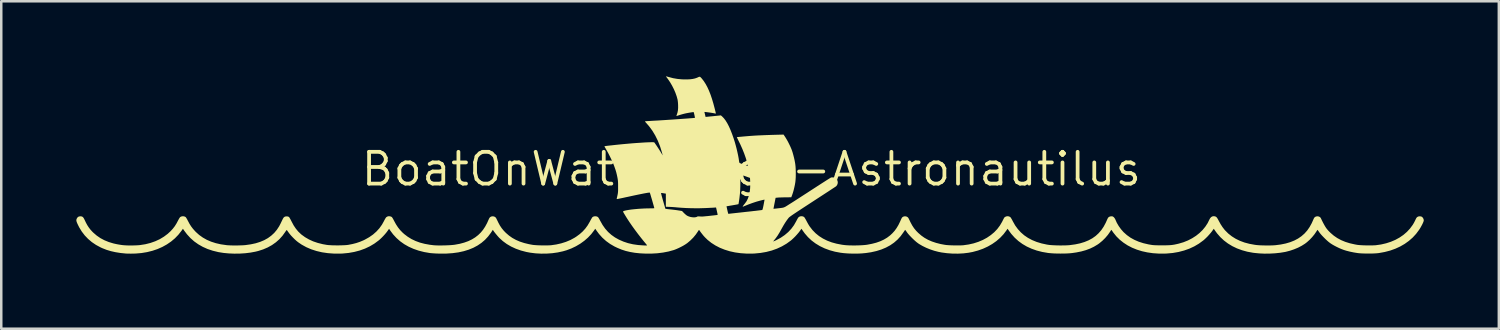
<source format=kicad_pcb>
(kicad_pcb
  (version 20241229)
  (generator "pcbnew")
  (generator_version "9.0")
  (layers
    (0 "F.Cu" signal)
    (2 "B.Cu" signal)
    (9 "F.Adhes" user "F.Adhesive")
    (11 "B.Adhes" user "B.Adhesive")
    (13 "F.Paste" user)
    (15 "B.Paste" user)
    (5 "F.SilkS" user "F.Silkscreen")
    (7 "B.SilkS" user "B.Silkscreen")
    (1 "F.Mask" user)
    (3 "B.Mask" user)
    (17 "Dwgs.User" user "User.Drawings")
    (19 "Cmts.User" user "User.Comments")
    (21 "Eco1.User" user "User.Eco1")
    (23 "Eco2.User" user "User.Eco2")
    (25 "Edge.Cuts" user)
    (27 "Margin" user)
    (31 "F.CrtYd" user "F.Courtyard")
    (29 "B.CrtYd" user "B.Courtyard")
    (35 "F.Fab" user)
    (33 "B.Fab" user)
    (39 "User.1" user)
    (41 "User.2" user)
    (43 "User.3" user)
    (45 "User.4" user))
  (footprint "BoatOnWaterLarge-Astronautilus"
    (layer "F.Cu")
    (at 26.964 3.705)
    (property "Reference" "BoatOnWaterLarge-Astronautilus" (at 0 0 0) (layer "F.SilkS") (effects (font (size 1.27 1.27) (thickness 0.15))))
    (attr board_only exclude_from_pos_files exclude_from_bom)
    (fp_poly (pts (xy -3.384 -3.701) (xy -3.348 -3.692) (xy -3.303 -3.679) (xy -3.13 -3.633) (xy -2.958 -3.603) (xy -2.779 -3.586) (xy -2.706 -3.583) (xy -2.569 -3.582) (xy -2.45 -3.588) (xy -2.346 -3.601) (xy -2.254 -3.621) (xy -2.172 -3.649) (xy -2.133 -3.667) (xy -2.099 -3.682) (xy -2.074 -3.689) (xy -2.053 -3.687) (xy -2.032 -3.672) (xy -2.005 -3.645) (xy -1.975 -3.611) (xy -1.899 -3.513) (xy -1.828 -3.402) (xy -1.76 -3.278) (xy -1.696 -3.139) (xy -1.634 -2.983) (xy -1.575 -2.81) (xy -1.518 -2.619) (xy -1.462 -2.408) (xy -1.445 -2.339) (xy -1.433 -2.289) (xy -1.425 -2.254) (xy -1.422 -2.232) (xy -1.422 -2.22) (xy -1.426 -2.216) (xy -1.432 -2.217) (xy -1.436 -2.218) (xy -1.458 -2.224) (xy -1.495 -2.232) (xy -1.542 -2.24) (xy -1.597 -2.249) (xy -1.655 -2.258) (xy -1.714 -2.266) (xy -1.768 -2.273) (xy -1.815 -2.279) (xy -1.85 -2.282) (xy -1.871 -2.283) (xy -1.875 -2.281) (xy -1.873 -2.271) (xy -1.867 -2.244) (xy -1.858 -2.206) (xy -1.852 -2.182) (xy -1.83 -2.085) (xy -1.749 -2.092) (xy -1.714 -2.096) (xy -1.661 -2.101) (xy -1.598 -2.107) (xy -1.527 -2.114) (xy -1.454 -2.122) (xy -1.443 -2.123) (xy -1.218 -2.146) (xy -1.165 -2.1) (xy -1.098 -2.031) (xy -1.031 -1.943) (xy -0.965 -1.836) (xy -0.899 -1.71) (xy -0.834 -1.564) (xy -0.769 -1.398) (xy -0.703 -1.211) (xy -0.699 -1.197) (xy -0.66 -1.074) (xy -0.623 -0.942) (xy -0.588 -0.807) (xy -0.557 -0.672) (xy -0.529 -0.543) (xy -0.507 -0.424) (xy -0.492 -0.319) (xy -0.491 -0.311) (xy -0.483 -0.269) (xy -0.469 -0.246) (xy -0.466 -0.244) (xy -0.446 -0.234) (xy -0.412 -0.221) (xy -0.369 -0.205) (xy -0.321 -0.188) (xy -0.271 -0.17) (xy -0.224 -0.154) (xy -0.185 -0.141) (xy -0.156 -0.133) (xy -0.142 -0.13) (xy -0.142 -0.13) (xy -0.142 -0.143) (xy -0.147 -0.173) (xy -0.158 -0.217) (xy -0.173 -0.273) (xy -0.191 -0.336) (xy -0.212 -0.405) (xy -0.224 -0.445) (xy -0.286 -0.62) (xy -0.359 -0.803) (xy -0.442 -0.988) (xy -0.489 -1.084) (xy -0.518 -1.142) (xy -0.542 -1.193) (xy -0.562 -1.234) (xy -0.575 -1.263) (xy -0.58 -1.276) (xy -0.58 -1.276) (xy -0.569 -1.278) (xy -0.54 -1.282) (xy -0.495 -1.286) (xy -0.438 -1.291) (xy -0.372 -1.297) (xy -0.3 -1.304) (xy -0.224 -1.31) (xy -0.148 -1.317) (xy -0.074 -1.323) (xy -0.006 -1.328) (xy 0.053 -1.332) (xy 0.079 -1.334) (xy 0.174 -1.34) (xy 0.286 -1.346) (xy 0.412 -1.351) (xy 0.548 -1.357) (xy 0.69 -1.362) (xy 0.836 -1.367) (xy 0.98 -1.371) (xy 1.017 -1.372) (xy 1.287 -1.379) (xy 1.359 -1.27) (xy 1.407 -1.191) (xy 1.459 -1.099) (xy 1.509 -1) (xy 1.557 -0.9) (xy 1.597 -0.807) (xy 1.616 -0.758) (xy 1.646 -0.669) (xy 1.675 -0.565) (xy 1.703 -0.455) (xy 1.728 -0.345) (xy 1.747 -0.242) (xy 1.754 -0.196) (xy 1.764 -0.109) (xy 1.77 -0.008) (xy 1.774 0.102) (xy 1.774 0.214) (xy 1.772 0.324) (xy 1.766 0.425) (xy 1.757 0.513) (xy 1.754 0.535) (xy 1.737 0.634) (xy 1.714 0.738) (xy 1.689 0.842) (xy 1.661 0.939) (xy 1.633 1.022) (xy 1.63 1.031) (xy 1.594 1.125) (xy 1.356 1.128) (xy 1.282 1.129) (xy 1.21 1.131) (xy 1.144 1.133) (xy 1.09 1.135) (xy 1.051 1.138) (xy 1.043 1.139) (xy 0.968 1.147) (xy 0.925 1.365) (xy 0.912 1.43) (xy 0.901 1.487) (xy 0.892 1.534) (xy 0.886 1.567) (xy 0.883 1.584) (xy 0.883 1.585) (xy 0.893 1.585) (xy 0.922 1.582) (xy 0.964 1.578) (xy 1.018 1.572) (xy 1.08 1.565) (xy 1.08 1.565) (xy 1.151 1.557) (xy 1.204 1.55) (xy 1.245 1.544) (xy 1.276 1.537) (xy 1.303 1.528) (xy 1.329 1.517) (xy 1.351 1.507) (xy 1.37 1.496) (xy 1.406 1.474) (xy 1.457 1.442) (xy 1.521 1.401) (xy 1.598 1.353) (xy 1.686 1.297) (xy 1.784 1.234) (xy 1.889 1.166) (xy 2.002 1.093) (xy 2.121 1.016) (xy 2.244 0.937) (xy 2.288 0.908) (xy 2.411 0.828) (xy 2.529 0.752) (xy 2.641 0.679) (xy 2.747 0.611) (xy 2.843 0.549) (xy 2.931 0.493) (xy 3.007 0.444) (xy 3.071 0.404) (xy 3.122 0.372) (xy 3.158 0.35) (xy 3.178 0.338) (xy 3.181 0.336) (xy 3.219 0.33) (xy 3.265 0.331) (xy 3.311 0.338) (xy 3.347 0.351) (xy 3.355 0.356) (xy 3.379 0.378) (xy 3.407 0.407) (xy 3.414 0.416) (xy 3.441 0.465) (xy 3.452 0.521) (xy 3.446 0.579) (xy 3.426 0.634) (xy 3.391 0.68) (xy 3.378 0.691) (xy 3.364 0.701) (xy 3.334 0.721) (xy 3.288 0.751) (xy 3.228 0.79) (xy 3.156 0.838) (xy 3.072 0.893) (xy 2.978 0.954) (xy 2.874 1.022) (xy 2.763 1.094) (xy 2.645 1.171) (xy 2.522 1.251) (xy 2.436 1.307) (xy 2.286 1.405) (xy 2.154 1.491) (xy 2.036 1.568) (xy 1.934 1.635) (xy 1.845 1.693) (xy 1.769 1.744) (xy 1.704 1.787) (xy 1.65 1.824) (xy 1.606 1.854) (xy 1.57 1.88) (xy 1.542 1.901) (xy 1.52 1.918) (xy 1.504 1.932) (xy 1.492 1.944) (xy 1.485 1.952) (xy 1.419 2.039) (xy 1.349 2.142) (xy 1.28 2.255) (xy 1.213 2.374) (xy 1.208 2.383) (xy 1.128 2.526) (xy 1.052 2.65) (xy 0.978 2.755) (xy 0.928 2.817) (xy 0.902 2.849) (xy 0.883 2.874) (xy 0.874 2.888) (xy 0.874 2.89) (xy 0.884 2.887) (xy 0.91 2.877) (xy 0.948 2.86) (xy 0.993 2.839) (xy 1.001 2.835) (xy 1.175 2.741) (xy 1.332 2.634) (xy 1.472 2.515) (xy 1.595 2.384) (xy 1.701 2.24) (xy 1.79 2.084) (xy 1.792 2.08) (xy 1.818 2.03) (xy 1.843 1.984) (xy 1.866 1.947) (xy 1.883 1.925) (xy 1.885 1.923) (xy 1.928 1.895) (xy 1.98 1.882) (xy 2.035 1.884) (xy 2.087 1.902) (xy 2.106 1.914) (xy 2.12 1.93) (xy 2.141 1.962) (xy 2.166 2.004) (xy 2.193 2.053) (xy 2.202 2.071) (xy 2.233 2.129) (xy 2.266 2.189) (xy 2.299 2.244) (xy 2.326 2.286) (xy 2.329 2.29) (xy 2.44 2.434) (xy 2.565 2.562) (xy 2.704 2.675) (xy 2.858 2.773) (xy 3.026 2.857) (xy 3.208 2.926) (xy 3.406 2.98) (xy 3.619 3.021) (xy 3.728 3.035) (xy 3.81 3.042) (xy 3.906 3.047) (xy 4.013 3.049) (xy 4.127 3.05) (xy 4.242 3.048) (xy 4.354 3.044) (xy 4.459 3.038) (xy 4.552 3.03) (xy 4.623 3.021) (xy 4.816 2.984) (xy 4.99 2.939) (xy 5.148 2.883) (xy 5.292 2.816) (xy 5.423 2.738) (xy 5.542 2.648) (xy 5.63 2.566) (xy 5.72 2.467) (xy 5.8 2.357) (xy 5.874 2.234) (xy 5.942 2.094) (xy 5.958 2.057) (xy 5.982 2.003) (xy 6.001 1.964) (xy 6.018 1.938) (xy 6.035 1.92) (xy 6.047 1.911) (xy 6.094 1.89) (xy 6.146 1.885) (xy 6.197 1.895) (xy 6.241 1.918) (xy 6.273 1.954) (xy 6.276 1.96) (xy 6.285 1.978) (xy 6.302 2.012) (xy 6.324 2.056) (xy 6.348 2.107) (xy 6.359 2.129) (xy 6.426 2.253) (xy 6.498 2.362) (xy 6.582 2.464) (xy 6.665 2.548) (xy 6.786 2.653) (xy 6.916 2.745) (xy 7.057 2.824) (xy 7.211 2.891) (xy 7.379 2.947) (xy 7.563 2.994) (xy 7.732 3.025) (xy 7.787 3.032) (xy 7.859 3.038) (xy 7.944 3.043) (xy 8.036 3.046) (xy 8.132 3.048) (xy 8.226 3.049) (xy 8.315 3.048) (xy 8.395 3.046) (xy 8.46 3.042) (xy 8.47 3.041) (xy 8.679 3.011) (xy 8.879 2.966) (xy 9.068 2.905) (xy 9.246 2.83) (xy 9.412 2.74) (xy 9.563 2.637) (xy 9.701 2.522) (xy 9.823 2.394) (xy 9.928 2.254) (xy 10.017 2.103) (xy 10.026 2.084) (xy 10.054 2.028) (xy 10.075 1.987) (xy 10.09 1.959) (xy 10.102 1.94) (xy 10.113 1.927) (xy 10.125 1.917) (xy 10.129 1.914) (xy 10.175 1.891) (xy 10.227 1.882) (xy 10.281 1.888) (xy 10.328 1.907) (xy 10.348 1.922) (xy 10.363 1.942) (xy 10.385 1.976) (xy 10.411 2.021) (xy 10.438 2.072) (xy 10.447 2.09) (xy 10.538 2.251) (xy 10.644 2.396) (xy 10.764 2.527) (xy 10.898 2.644) (xy 11.048 2.746) (xy 11.213 2.834) (xy 11.393 2.908) (xy 11.59 2.968) (xy 11.802 3.014) (xy 11.863 3.024) (xy 11.925 3.032) (xy 12.004 3.038) (xy 12.096 3.043) (xy 12.196 3.047) (xy 12.301 3.049) (xy 12.407 3.049) (xy 12.508 3.048) (xy 12.601 3.045) (xy 12.682 3.04) (xy 12.723 3.036) (xy 12.935 3.007) (xy 13.129 2.966) (xy 13.307 2.912) (xy 13.47 2.845) (xy 13.618 2.765) (xy 13.751 2.671) (xy 13.87 2.562) (xy 13.977 2.439) (xy 14.071 2.301) (xy 14.154 2.147) (xy 14.188 2.071) (xy 14.209 2.023) (xy 14.229 1.981) (xy 14.245 1.95) (xy 14.255 1.935) (xy 14.298 1.903) (xy 14.354 1.887) (xy 14.384 1.885) (xy 14.419 1.888) (xy 14.445 1.897) (xy 14.473 1.918) (xy 14.478 1.922) (xy 14.509 1.959) (xy 14.534 2.001) (xy 14.538 2.01) (xy 14.597 2.143) (xy 14.674 2.275) (xy 14.764 2.4) (xy 14.864 2.514) (xy 14.871 2.521) (xy 15.001 2.637) (xy 15.144 2.739) (xy 15.302 2.826) (xy 15.473 2.9) (xy 15.66 2.96) (xy 15.863 3.007) (xy 15.973 3.026) (xy 16.016 3.032) (xy 16.062 3.037) (xy 16.114 3.04) (xy 16.175 3.043) (xy 16.248 3.044) (xy 16.337 3.045) (xy 16.407 3.045) (xy 16.518 3.045) (xy 16.611 3.043) (xy 16.691 3.04) (xy 16.762 3.035) (xy 16.828 3.027) (xy 16.893 3.017) (xy 16.96 3.003) (xy 17.035 2.986) (xy 17.079 2.975) (xy 17.265 2.92) (xy 17.441 2.849) (xy 17.607 2.763) (xy 17.76 2.665) (xy 17.9 2.554) (xy 18.025 2.432) (xy 18.134 2.299) (xy 18.226 2.158) (xy 18.287 2.034) (xy 18.324 1.965) (xy 18.366 1.917) (xy 18.415 1.889) (xy 18.47 1.881) (xy 18.512 1.886) (xy 18.541 1.895) (xy 18.566 1.909) (xy 18.589 1.93) (xy 18.613 1.963) (xy 18.64 2.009) (xy 18.673 2.071) (xy 18.745 2.202) (xy 18.819 2.316) (xy 18.897 2.417) (xy 18.922 2.446) (xy 19.05 2.574) (xy 19.192 2.686) (xy 19.347 2.783) (xy 19.516 2.865) (xy 19.699 2.933) (xy 19.897 2.985) (xy 20.11 3.024) (xy 20.189 3.034) (xy 20.258 3.04) (xy 20.344 3.045) (xy 20.441 3.048) (xy 20.543 3.05) (xy 20.647 3.05) (xy 20.746 3.049) (xy 20.836 3.046) (xy 20.912 3.041) (xy 20.932 3.04) (xy 21.146 3.012) (xy 21.343 2.972) (xy 21.523 2.919) (xy 21.688 2.853) (xy 21.838 2.774) (xy 21.973 2.681) (xy 22.095 2.574) (xy 22.203 2.453) (xy 22.298 2.316) (xy 22.382 2.164) (xy 22.424 2.071) (xy 22.444 2.025) (xy 22.462 1.985) (xy 22.476 1.956) (xy 22.483 1.945) (xy 22.517 1.911) (xy 22.562 1.892) (xy 22.611 1.885) (xy 22.661 1.892) (xy 22.705 1.912) (xy 22.739 1.944) (xy 22.748 1.96) (xy 22.799 2.066) (xy 22.844 2.155) (xy 22.885 2.23) (xy 22.923 2.295) (xy 22.959 2.351) (xy 22.997 2.401) (xy 23.038 2.449) (xy 23.084 2.497) (xy 23.136 2.548) (xy 23.137 2.549) (xy 23.264 2.658) (xy 23.404 2.754) (xy 23.556 2.836) (xy 23.724 2.906) (xy 23.907 2.963) (xy 24.106 3.008) (xy 24.199 3.025) (xy 24.256 3.032) (xy 24.33 3.038) (xy 24.416 3.043) (xy 24.509 3.046) (xy 24.606 3.048) (xy 24.702 3.049) (xy 24.792 3.048) (xy 24.871 3.045) (xy 24.936 3.041) (xy 24.94 3.041) (xy 25.153 3.011) (xy 25.355 2.964) (xy 25.547 2.902) (xy 25.727 2.825) (xy 25.894 2.733) (xy 26.048 2.627) (xy 26.187 2.507) (xy 26.31 2.374) (xy 26.416 2.23) (xy 26.446 2.181) (xy 26.477 2.126) (xy 26.503 2.075) (xy 26.508 2.066) (xy 26.533 2.013) (xy 26.551 1.976) (xy 26.566 1.95) (xy 26.58 1.932) (xy 26.595 1.918) (xy 26.608 1.909) (xy 26.652 1.89) (xy 26.703 1.885) (xy 26.755 1.893) (xy 26.786 1.907) (xy 26.819 1.938) (xy 26.844 1.981) (xy 26.858 2.028) (xy 26.858 2.063) (xy 26.848 2.097) (xy 26.829 2.145) (xy 26.802 2.202) (xy 26.769 2.265) (xy 26.733 2.33) (xy 26.695 2.392) (xy 26.672 2.427) (xy 26.552 2.588) (xy 26.416 2.735) (xy 26.264 2.868) (xy 26.098 2.987) (xy 25.918 3.091) (xy 25.725 3.18) (xy 25.518 3.254) (xy 25.299 3.311) (xy 25.069 3.353) (xy 25.061 3.354) (xy 24.988 3.362) (xy 24.899 3.368) (xy 24.799 3.372) (xy 24.691 3.373) (xy 24.581 3.373) (xy 24.473 3.371) (xy 24.372 3.367) (xy 24.283 3.361) (xy 24.219 3.354) (xy 24.064 3.329) (xy 23.91 3.297) (xy 23.764 3.26) (xy 23.671 3.231) (xy 23.583 3.198) (xy 23.485 3.157) (xy 23.385 3.109) (xy 23.287 3.058) (xy 23.198 3.007) (xy 23.123 2.958) (xy 23.123 2.958) (xy 23.064 2.913) (xy 22.997 2.855) (xy 22.927 2.79) (xy 22.857 2.72) (xy 22.791 2.651) (xy 22.734 2.586) (xy 22.689 2.528) (xy 22.683 2.519) (xy 22.656 2.481) (xy 22.634 2.451) (xy 22.619 2.431) (xy 22.614 2.426) (xy 22.607 2.435) (xy 22.592 2.457) (xy 22.573 2.487) (xy 22.495 2.602) (xy 22.402 2.716) (xy 22.299 2.825) (xy 22.189 2.923) (xy 22.116 2.979) (xy 21.986 3.061) (xy 21.841 3.137) (xy 21.683 3.203) (xy 21.518 3.259) (xy 21.35 3.303) (xy 21.322 3.309) (xy 21.129 3.341) (xy 20.923 3.363) (xy 20.709 3.375) (xy 20.494 3.377) (xy 20.283 3.367) (xy 20.082 3.347) (xy 20.035 3.341) (xy 19.81 3.299) (xy 19.597 3.24) (xy 19.396 3.166) (xy 19.209 3.076) (xy 19.036 2.971) (xy 18.876 2.85) (xy 18.731 2.715) (xy 18.601 2.566) (xy 18.535 2.476) (xy 18.471 2.383) (xy 18.406 2.475) (xy 18.355 2.541) (xy 18.292 2.614) (xy 18.223 2.69) (xy 18.151 2.761) (xy 18.083 2.824) (xy 18.05 2.851) (xy 17.878 2.977) (xy 17.693 3.086) (xy 17.495 3.178) (xy 17.286 3.252) (xy 17.065 3.31) (xy 16.834 3.35) (xy 16.592 3.372) (xy 16.518 3.375) (xy 16.275 3.375) (xy 16.041 3.359) (xy 15.817 3.327) (xy 15.603 3.28) (xy 15.4 3.217) (xy 15.209 3.14) (xy 15.031 3.048) (xy 14.867 2.941) (xy 14.716 2.821) (xy 14.581 2.688) (xy 14.462 2.541) (xy 14.428 2.492) (xy 14.406 2.46) (xy 14.389 2.437) (xy 14.38 2.426) (xy 14.38 2.426) (xy 14.373 2.434) (xy 14.357 2.456) (xy 14.337 2.488) (xy 14.327 2.504) (xy 14.239 2.629) (xy 14.135 2.751) (xy 14.019 2.865) (xy 13.897 2.966) (xy 13.835 3.01) (xy 13.688 3.098) (xy 13.531 3.174) (xy 13.362 3.237) (xy 13.178 3.289) (xy 12.979 3.329) (xy 12.806 3.354) (xy 12.711 3.363) (xy 12.601 3.37) (xy 12.479 3.373) (xy 12.352 3.374) (xy 12.225 3.373) (xy 12.101 3.369) (xy 11.986 3.362) (xy 11.886 3.353) (xy 11.85 3.349) (xy 11.618 3.309) (xy 11.399 3.253) (xy 11.195 3.181) (xy 11.004 3.094) (xy 10.828 2.991) (xy 10.665 2.872) (xy 10.517 2.738) (xy 10.382 2.587) (xy 10.287 2.459) (xy 10.234 2.382) (xy 10.19 2.447) (xy 10.072 2.602) (xy 9.937 2.745) (xy 9.787 2.875) (xy 9.622 2.991) (xy 9.444 3.093) (xy 9.253 3.181) (xy 9.05 3.253) (xy 8.838 3.31) (xy 8.675 3.341) (xy 8.47 3.366) (xy 8.254 3.377) (xy 8.034 3.375) (xy 7.815 3.359) (xy 7.603 3.331) (xy 7.471 3.305) (xy 7.306 3.262) (xy 7.141 3.207) (xy 6.982 3.142) (xy 6.833 3.069) (xy 6.698 2.99) (xy 6.652 2.958) (xy 6.593 2.913) (xy 6.526 2.855) (xy 6.456 2.79) (xy 6.386 2.72) (xy 6.32 2.651) (xy 6.263 2.586) (xy 6.218 2.528) (xy 6.212 2.519) (xy 6.186 2.481) (xy 6.163 2.451) (xy 6.148 2.432) (xy 6.143 2.427) (xy 6.136 2.435) (xy 6.12 2.458) (xy 6.097 2.492) (xy 6.071 2.53) (xy 5.961 2.681) (xy 5.837 2.817) (xy 5.698 2.938) (xy 5.544 3.044) (xy 5.375 3.135) (xy 5.191 3.212) (xy 4.992 3.274) (xy 4.778 3.322) (xy 4.576 3.352) (xy 4.408 3.368) (xy 4.23 3.376) (xy 4.047 3.376) (xy 3.867 3.37) (xy 3.695 3.357) (xy 3.564 3.341) (xy 3.339 3.299) (xy 3.125 3.24) (xy 2.925 3.166) (xy 2.737 3.076) (xy 2.564 2.971) (xy 2.404 2.851) (xy 2.26 2.716) (xy 2.13 2.566) (xy 2.055 2.462) (xy 2.001 2.382) (xy 1.935 2.475) (xy 1.884 2.541) (xy 1.821 2.614) (xy 1.752 2.69) (xy 1.68 2.761) (xy 1.612 2.824) (xy 1.58 2.851) (xy 1.407 2.977) (xy 1.222 3.085) (xy 1.025 3.177) (xy 0.816 3.252) (xy 0.596 3.309) (xy 0.365 3.349) (xy 0.123 3.372) (xy 0.048 3.375) (xy -0.194 3.375) (xy -0.427 3.359) (xy -0.652 3.328) (xy -0.866 3.281) (xy -1.069 3.218) (xy -1.259 3.142) (xy -1.437 3.05) (xy -1.601 2.945) (xy -1.75 2.826) (xy -1.857 2.722) (xy -1.908 2.666) (xy -1.959 2.603) (xy -2.016 2.53) (xy -2.079 2.442) (xy -2.087 2.433) (xy -2.096 2.434) (xy -2.107 2.446) (xy -2.125 2.474) (xy -2.133 2.487) (xy -2.22 2.614) (xy -2.324 2.739) (xy -2.442 2.856) (xy -2.567 2.961) (xy -2.574 2.965) (xy -2.643 3.012) (xy -2.726 3.062) (xy -2.819 3.111) (xy -2.915 3.158) (xy -3.009 3.199) (xy -3.095 3.232) (xy -3.106 3.235) (xy -3.308 3.291) (xy -3.525 3.333) (xy -3.754 3.362) (xy -3.996 3.376) (xy -4.237 3.375) (xy -4.454 3.364) (xy -4.654 3.343) (xy -4.842 3.311) (xy -5.019 3.269) (xy -5.188 3.214) (xy -5.352 3.146) (xy -5.466 3.092) (xy -5.642 2.99) (xy -5.804 2.873) (xy -5.952 2.74) (xy -6.086 2.591) (xy -6.184 2.459) (xy -6.237 2.382) (xy -6.281 2.447) (xy -6.395 2.596) (xy -6.526 2.735) (xy -6.673 2.863) (xy -6.834 2.979) (xy -7.008 3.082) (xy -7.192 3.17) (xy -7.384 3.242) (xy -7.525 3.283) (xy -7.732 3.328) (xy -7.95 3.359) (xy -8.174 3.375) (xy -8.399 3.377) (xy -8.622 3.365) (xy -8.837 3.338) (xy -8.99 3.309) (xy -9.207 3.252) (xy -9.409 3.18) (xy -9.596 3.094) (xy -9.769 2.993) (xy -9.927 2.877) (xy -10.065 2.752) (xy -10.099 2.716) (xy -10.139 2.671) (xy -10.181 2.621) (xy -10.223 2.57) (xy -10.261 2.522) (xy -10.292 2.48) (xy -10.314 2.447) (xy -10.321 2.434) (xy -10.328 2.426) (xy -10.333 2.433) (xy -10.341 2.446) (xy -10.358 2.473) (xy -10.382 2.509) (xy -10.402 2.54) (xy -10.515 2.69) (xy -10.641 2.826) (xy -10.782 2.946) (xy -10.937 3.052) (xy -11.107 3.143) (xy -11.291 3.218) (xy -11.49 3.279) (xy -11.704 3.326) (xy -11.933 3.357) (xy -12.178 3.374) (xy -12.437 3.376) (xy -12.472 3.375) (xy -12.551 3.373) (xy -12.631 3.369) (xy -12.708 3.364) (xy -12.775 3.359) (xy -12.827 3.354) (xy -12.838 3.353) (xy -13.07 3.313) (xy -13.29 3.257) (xy -13.496 3.186) (xy -13.688 3.1) (xy -13.866 2.999) (xy -14.029 2.883) (xy -14.177 2.752) (xy -14.311 2.607) (xy -14.413 2.471) (xy -14.472 2.385) (xy -14.537 2.476) (xy -14.583 2.537) (xy -14.642 2.607) (xy -14.708 2.679) (xy -14.777 2.749) (xy -14.843 2.811) (xy -14.89 2.851) (xy -15.059 2.976) (xy -15.241 3.084) (xy -15.436 3.176) (xy -15.642 3.251) (xy -15.86 3.308) (xy -16.089 3.349) (xy -16.328 3.372) (xy -16.418 3.376) (xy -16.674 3.375) (xy -16.918 3.357) (xy -17.152 3.323) (xy -17.373 3.271) (xy -17.583 3.203) (xy -17.78 3.118) (xy -17.965 3.016) (xy -18.102 2.923) (xy -18.17 2.869) (xy -18.244 2.802) (xy -18.318 2.728) (xy -18.389 2.653) (xy -18.45 2.58) (xy -18.483 2.537) (xy -18.511 2.497) (xy -18.535 2.464) (xy -18.551 2.441) (xy -18.558 2.433) (xy -18.566 2.437) (xy -18.583 2.457) (xy -18.605 2.487) (xy -18.618 2.507) (xy -18.728 2.66) (xy -18.853 2.8) (xy -18.994 2.924) (xy -19.149 3.034) (xy -19.318 3.128) (xy -19.501 3.207) (xy -19.697 3.27) (xy -19.81 3.298) (xy -20.008 3.335) (xy -20.22 3.361) (xy -20.438 3.375) (xy -20.659 3.377) (xy -20.877 3.368) (xy -21.088 3.348) (xy -21.286 3.316) (xy -21.296 3.314) (xy -21.516 3.26) (xy -21.723 3.191) (xy -21.915 3.105) (xy -22.093 3.004) (xy -22.258 2.887) (xy -22.408 2.754) (xy -22.545 2.604) (xy -22.654 2.46) (xy -22.707 2.383) (xy -22.765 2.465) (xy -22.889 2.622) (xy -23.027 2.765) (xy -23.181 2.894) (xy -23.349 3.009) (xy -23.529 3.109) (xy -23.722 3.194) (xy -23.926 3.263) (xy -24.14 3.316) (xy -24.363 3.353) (xy -24.595 3.373) (xy -24.786 3.377) (xy -24.846 3.376) (xy -24.903 3.375) (xy -24.95 3.374) (xy -24.983 3.373) (xy -24.992 3.372) (xy -25.206 3.35) (xy -25.403 3.318) (xy -25.586 3.277) (xy -25.758 3.225) (xy -25.921 3.161) (xy -25.998 3.126) (xy -26.178 3.029) (xy -26.344 2.917) (xy -26.494 2.79) (xy -26.629 2.649) (xy -26.747 2.495) (xy -26.85 2.327) (xy -26.888 2.252) (xy -26.921 2.183) (xy -26.944 2.129) (xy -26.958 2.087) (xy -26.964 2.054) (xy -26.963 2.024) (xy -26.956 1.996) (xy -26.951 1.984) (xy -26.921 1.934) (xy -26.881 1.901) (xy -26.828 1.887) (xy -26.805 1.885) (xy -26.761 1.889) (xy -26.727 1.9) (xy -26.698 1.922) (xy -26.671 1.957) (xy -26.643 2.01) (xy -26.633 2.031) (xy -26.578 2.146) (xy -26.524 2.244) (xy -26.468 2.33) (xy -26.408 2.409) (xy -26.339 2.486) (xy -26.285 2.54) (xy -26.15 2.656) (xy -26.003 2.757) (xy -25.843 2.842) (xy -25.669 2.913) (xy -25.48 2.97) (xy -25.358 2.997) (xy -25.29 3.01) (xy -25.218 3.022) (xy -25.149 3.032) (xy -25.092 3.039) (xy -25.088 3.039) (xy -25.01 3.045) (xy -24.918 3.049) (xy -24.817 3.05) (xy -24.713 3.05) (xy -24.611 3.047) (xy -24.518 3.043) (xy -24.439 3.037) (xy -24.423 3.035) (xy -24.208 3.001) (xy -24.004 2.95) (xy -23.812 2.882) (xy -23.632 2.799) (xy -23.466 2.699) (xy -23.313 2.584) (xy -23.198 2.478) (xy -23.109 2.38) (xy -23.031 2.279) (xy -22.962 2.168) (xy -22.911 2.072) (xy -22.882 2.018) (xy -22.856 1.972) (xy -22.833 1.937) (xy -22.817 1.916) (xy -22.815 1.915) (xy -22.769 1.892) (xy -22.716 1.883) (xy -22.662 1.888) (xy -22.615 1.905) (xy -22.595 1.92) (xy -22.58 1.939) (xy -22.56 1.971) (xy -22.535 2.014) (xy -22.51 2.063) (xy -22.508 2.066) (xy -22.445 2.184) (xy -22.38 2.287) (xy -22.31 2.38) (xy -22.229 2.471) (xy -22.191 2.511) (xy -22.058 2.631) (xy -21.911 2.735) (xy -21.752 2.825) (xy -21.579 2.899) (xy -21.392 2.959) (xy -21.19 3.005) (xy -20.972 3.036) (xy -20.942 3.04) (xy -20.876 3.044) (xy -20.793 3.048) (xy -20.698 3.05) (xy -20.598 3.05) (xy -20.496 3.049) (xy -20.398 3.046) (xy -20.308 3.043) (xy -20.232 3.037) (xy -20.208 3.035) (xy -19.996 3.005) (xy -19.801 2.963) (xy -19.622 2.907) (xy -19.459 2.838) (xy -19.312 2.756) (xy -19.179 2.659) (xy -19.06 2.549) (xy -18.955 2.424) (xy -18.863 2.284) (xy -18.805 2.173) (xy -18.779 2.118) (xy -18.754 2.066) (xy -18.732 2.021) (xy -18.717 1.988) (xy -18.713 1.981) (xy -18.68 1.931) (xy -18.639 1.901) (xy -18.588 1.888) (xy -18.555 1.888) (xy -18.512 1.894) (xy -18.482 1.906) (xy -18.467 1.917) (xy -18.453 1.935) (xy -18.433 1.969) (xy -18.408 2.013) (xy -18.381 2.066) (xy -18.362 2.102) (xy -18.283 2.25) (xy -18.196 2.379) (xy -18.101 2.494) (xy -17.994 2.596) (xy -17.971 2.616) (xy -17.828 2.72) (xy -17.672 2.81) (xy -17.503 2.887) (xy -17.32 2.949) (xy -17.121 2.999) (xy -16.969 3.026) (xy -16.906 3.034) (xy -16.828 3.039) (xy -16.737 3.044) (xy -16.637 3.046) (xy -16.534 3.047) (xy -16.432 3.046) (xy -16.333 3.043) (xy -16.244 3.039) (xy -16.167 3.034) (xy -16.106 3.026) (xy -16.105 3.026) (xy -15.939 2.994) (xy -15.786 2.955) (xy -15.643 2.907) (xy -15.502 2.848) (xy -15.438 2.817) (xy -15.269 2.722) (xy -15.115 2.615) (xy -14.978 2.494) (xy -14.858 2.362) (xy -14.755 2.217) (xy -14.68 2.082) (xy -14.654 2.031) (xy -14.628 1.985) (xy -14.605 1.948) (xy -14.588 1.925) (xy -14.586 1.923) (xy -14.542 1.895) (xy -14.49 1.882) (xy -14.434 1.885) (xy -14.381 1.904) (xy -14.368 1.911) (xy -14.352 1.928) (xy -14.329 1.962) (xy -14.302 2.009) (xy -14.274 2.063) (xy -14.197 2.204) (xy -14.116 2.328) (xy -14.029 2.437) (xy -13.932 2.537) (xy -13.865 2.597) (xy -13.725 2.703) (xy -13.575 2.795) (xy -13.413 2.872) (xy -13.239 2.936) (xy -13.051 2.985) (xy -12.848 3.022) (xy -12.692 3.041) (xy -12.622 3.046) (xy -12.537 3.049) (xy -12.439 3.05) (xy -12.335 3.049) (xy -12.228 3.047) (xy -12.124 3.043) (xy -12.025 3.038) (xy -11.937 3.031) (xy -11.865 3.023) (xy -11.845 3.02) (xy -11.649 2.984) (xy -11.471 2.936) (xy -11.309 2.878) (xy -11.163 2.808) (xy -11.031 2.727) (xy -11.029 2.725) (xy -10.914 2.636) (xy -10.811 2.536) (xy -10.719 2.425) (xy -10.635 2.299) (xy -10.558 2.157) (xy -10.497 2.02) (xy -10.475 1.973) (xy -10.455 1.94) (xy -10.433 1.918) (xy -10.424 1.911) (xy -10.377 1.89) (xy -10.325 1.885) (xy -10.274 1.895) (xy -10.23 1.918) (xy -10.198 1.954) (xy -10.195 1.96) (xy -10.186 1.978) (xy -10.169 2.012) (xy -10.147 2.056) (xy -10.122 2.107) (xy -10.112 2.129) (xy -10.046 2.252) (xy -9.973 2.361) (xy -9.89 2.462) (xy -9.805 2.549) (xy -9.682 2.655) (xy -9.55 2.748) (xy -9.405 2.828) (xy -9.248 2.896) (xy -9.076 2.952) (xy -8.888 2.998) (xy -8.743 3.025) (xy -8.686 3.032) (xy -8.612 3.038) (xy -8.526 3.043) (xy -8.432 3.046) (xy -8.335 3.048) (xy -8.24 3.049) (xy -8.15 3.048) (xy -8.071 3.045) (xy -8.006 3.041) (xy -8.001 3.041) (xy -7.795 3.011) (xy -7.596 2.966) (xy -7.406 2.906) (xy -7.227 2.831) (xy -7.063 2.742) (xy -6.996 2.699) (xy -6.858 2.598) (xy -6.739 2.492) (xy -6.634 2.377) (xy -6.541 2.25) (xy -6.458 2.108) (xy -6.439 2.072) (xy -6.412 2.021) (xy -6.386 1.976) (xy -6.364 1.94) (xy -6.347 1.918) (xy -6.343 1.914) (xy -6.298 1.892) (xy -6.245 1.883) (xy -6.192 1.888) (xy -6.145 1.905) (xy -6.124 1.92) (xy -6.11 1.939) (xy -6.089 1.971) (xy -6.065 2.014) (xy -6.039 2.063) (xy -6.037 2.066) (xy -5.944 2.231) (xy -5.84 2.379) (xy -5.723 2.511) (xy -5.593 2.627) (xy -5.448 2.73) (xy -5.291 2.817) (xy -5.111 2.896) (xy -4.925 2.958) (xy -4.73 3.003) (xy -4.523 3.033) (xy -4.327 3.047) (xy -4.264 3.05) (xy -4.219 3.051) (xy -4.19 3.051) (xy -4.174 3.049) (xy -4.168 3.046) (xy -4.169 3.04) (xy -4.173 3.034) (xy -4.186 3.018) (xy -4.209 2.99) (xy -4.239 2.953) (xy -4.274 2.911) (xy -4.286 2.897) (xy -4.406 2.748) (xy -4.528 2.591) (xy -4.649 2.43) (xy -4.763 2.272) (xy -4.867 2.121) (xy -4.879 2.103) (xy -4.917 2.045) (xy -4.957 1.984) (xy -4.996 1.922) (xy -5.032 1.863) (xy -5.065 1.808) (xy -5.093 1.762) (xy -5.113 1.726) (xy -5.125 1.703) (xy -5.127 1.697) (xy -5.116 1.684) (xy -5.087 1.67) (xy -5.04 1.657) (xy -4.977 1.643) (xy -4.901 1.63) (xy -4.814 1.617) (xy -4.716 1.606) (xy -4.611 1.596) (xy -4.499 1.586) (xy -4.384 1.579) (xy -4.266 1.573) (xy -4.148 1.569) (xy -4.032 1.568) (xy -4.017 1.568) (xy -3.965 1.567) (xy -3.922 1.566) (xy -3.892 1.563) (xy -3.877 1.561) (xy -3.877 1.56) (xy -3.88 1.547) (xy -3.888 1.517) (xy -3.9 1.473) (xy -3.915 1.419) (xy -3.933 1.356) (xy -3.952 1.288) (xy -3.972 1.219) (xy -3.992 1.151) (xy -4.011 1.088) (xy -4.027 1.032) (xy -4.041 0.987) (xy -4.051 0.956) (xy -3.608 0.956) (xy -3.606 0.967) (xy -3.6 0.997) (xy -3.589 1.041) (xy -3.574 1.098) (xy -3.555 1.166) (xy -3.534 1.241) (xy -3.525 1.273) (xy -3.435 1.584) (xy -3.394 1.591) (xy -3.369 1.595) (xy -3.327 1.6) (xy -3.275 1.606) (xy -3.216 1.612) (xy -3.188 1.615) (xy -3.118 1.623) (xy -3.041 1.632) (xy -2.968 1.642) (xy -2.906 1.652) (xy -2.897 1.653) (xy -2.77 1.674) (xy -2.696 1.752) (xy -2.657 1.789) (xy -2.617 1.824) (xy -2.582 1.851) (xy -2.569 1.86) (xy -2.51 1.887) (xy -2.443 1.909) (xy -2.373 1.922) (xy -2.304 1.928) (xy -2.243 1.925) (xy -2.193 1.913) (xy -2.177 1.906) (xy -2.15 1.892) (xy -2.122 1.888) (xy -2.083 1.889) (xy -2.079 1.89) (xy -2.034 1.893) (xy -1.99 1.895) (xy -1.97 1.895) (xy -1.947 1.894) (xy -1.907 1.891) (xy -1.855 1.886) (xy -1.794 1.88) (xy -1.727 1.874) (xy -1.656 1.866) (xy -1.586 1.858) (xy -1.519 1.851) (xy -1.459 1.844) (xy -1.409 1.838) (xy -1.372 1.833) (xy -1.351 1.829) (xy -1.348 1.828) (xy -1.349 1.817) (xy -1.353 1.788) (xy -1.362 1.747) (xy -1.373 1.697) (xy -1.377 1.678) (xy -1.411 1.533) (xy -1.497 1.539) (xy -1.531 1.541) (xy -1.582 1.544) (xy -1.646 1.547) (xy -1.721 1.551) (xy -1.802 1.555) (xy -1.886 1.558) (xy -1.89 1.558) (xy -2.059 1.563) (xy -2.238 1.564) (xy -2.422 1.561) (xy -2.604 1.555) (xy -2.778 1.545) (xy -2.938 1.533) (xy -2.971 1.53) (xy -3.043 1.523) (xy -3.124 1.517) (xy -3.203 1.512) (xy -3.271 1.509) (xy -3.273 1.509) (xy -3.416 1.504) (xy -3.416 1.487) (xy -0.992 1.487) (xy -0.991 1.497) (xy -0.985 1.523) (xy -0.977 1.561) (xy -0.967 1.606) (xy -0.956 1.654) (xy -0.946 1.699) (xy -0.936 1.738) (xy -0.929 1.766) (xy -0.926 1.777) (xy -0.914 1.786) (xy -0.898 1.785) (xy -0.883 1.783) (xy -0.85 1.779) (xy -0.798 1.773) (xy -0.732 1.766) (xy -0.652 1.757) (xy -0.561 1.747) (xy -0.459 1.736) (xy -0.35 1.724) (xy -0.235 1.711) (xy -0.228 1.71) (xy -0.113 1.698) (xy -0.004 1.686) (xy 0.097 1.674) (xy 0.189 1.664) (xy 0.269 1.654) (xy 0.335 1.646) (xy 0.386 1.64) (xy 0.419 1.635) (xy 0.434 1.632) (xy 0.434 1.632) (xy 0.443 1.619) (xy 0.453 1.586) (xy 0.467 1.533) (xy 0.482 1.459) (xy 0.489 1.424) (xy 0.501 1.362) (xy 0.511 1.307) (xy 0.519 1.263) (xy 0.524 1.233) (xy 0.525 1.221) (xy 0.525 1.221) (xy 0.513 1.221) (xy 0.485 1.227) (xy 0.444 1.236) (xy 0.395 1.248) (xy 0.34 1.262) (xy 0.284 1.278) (xy 0.23 1.293) (xy 0.192 1.304) (xy 0.035 1.356) (xy -0.12 1.413) (xy -0.23 1.458) (xy -0.274 1.476) (xy -0.311 1.491) (xy -0.336 1.501) (xy -0.344 1.504) (xy -0.346 1.497) (xy -0.336 1.477) (xy -0.317 1.447) (xy -0.29 1.413) (xy -0.259 1.375) (xy -0.259 1.375) (xy -0.194 1.286) (xy -0.141 1.18) (xy -0.098 1.059) (xy -0.068 0.922) (xy -0.05 0.773) (xy -0.044 0.612) (xy -0.047 0.494) (xy -0.055 0.352) (xy -0.237 0.286) (xy -0.295 0.265) (xy -0.347 0.246) (xy -0.389 0.23) (xy -0.417 0.22) (xy -0.429 0.216) (xy -0.432 0.225) (xy -0.435 0.255) (xy -0.438 0.304) (xy -0.439 0.374) (xy -0.44 0.463) (xy -0.44 0.516) (xy -0.441 0.603) (xy -0.442 0.69) (xy -0.445 0.773) (xy -0.447 0.848) (xy -0.451 0.911) (xy -0.454 0.953) (xy -0.461 1.018) (xy -0.469 1.087) (xy -0.477 1.156) (xy -0.486 1.223) (xy -0.495 1.283) (xy -0.503 1.334) (xy -0.51 1.373) (xy -0.515 1.396) (xy -0.517 1.4) (xy -0.529 1.404) (xy -0.559 1.41) (xy -0.604 1.419) (xy -0.66 1.429) (xy -0.725 1.44) (xy -0.757 1.446) (xy -0.825 1.457) (xy -0.885 1.467) (xy -0.934 1.476) (xy -0.97 1.482) (xy -0.99 1.486) (xy -0.992 1.487) (xy -3.416 1.487) (xy -3.416 0.98) (xy -3.508 0.965) (xy -3.55 0.958) (xy -3.584 0.955) (xy -3.604 0.955) (xy -3.608 0.956) (xy -4.051 0.956) (xy -4.051 0.956) (xy -4.056 0.941) (xy -4.056 0.94) (xy -4.068 0.938) (xy -4.097 0.94) (xy -4.143 0.946) (xy -4.207 0.957) (xy -4.289 0.972) (xy -4.389 0.992) (xy -4.508 1.016) (xy -4.647 1.045) (xy -4.805 1.079) (xy -4.938 1.108) (xy -5.028 1.127) (xy -5.113 1.146) (xy -5.189 1.162) (xy -5.254 1.175) (xy -5.307 1.186) (xy -5.344 1.193) (xy -5.363 1.197) (xy -5.365 1.197) (xy -5.378 1.191) (xy -5.378 1.173) (xy -5.36 1.099) (xy -5.347 1.04) (xy -5.337 0.991) (xy -5.331 0.948) (xy -5.327 0.904) (xy -5.324 0.855) (xy -5.324 0.796) (xy -5.324 0.722) (xy -5.324 0.704) (xy -5.324 0.623) (xy -5.325 0.559) (xy -5.328 0.506) (xy -5.331 0.46) (xy -5.337 0.416) (xy -5.344 0.371) (xy -5.352 0.328) (xy -5.374 0.224) (xy -5.397 0.13) (xy -5.424 0.038) (xy -5.457 -0.058) (xy -5.489 -0.146) (xy -5.524 -0.233) (xy -5.568 -0.332) (xy -5.617 -0.437) (xy -5.67 -0.544) (xy -5.723 -0.647) (xy -5.774 -0.739) (xy -5.798 -0.781) (xy -5.824 -0.826) (xy -5.846 -0.864) (xy -5.861 -0.893) (xy -5.868 -0.908) (xy -5.868 -0.909) (xy -5.867 -0.911) (xy -5.863 -0.914) (xy -5.853 -0.916) (xy -5.836 -0.919) (xy -5.811 -0.923) (xy -5.775 -0.928) (xy -5.727 -0.934) (xy -5.664 -0.941) (xy -5.586 -0.949) (xy -5.489 -0.96) (xy -5.397 -0.97) (xy -5.27 -0.983) (xy -5.139 -0.996) (xy -5.006 -1.008) (xy -4.873 -1.02) (xy -4.741 -1.031) (xy -4.612 -1.041) (xy -4.488 -1.049) (xy -4.371 -1.057) (xy -4.262 -1.064) (xy -4.163 -1.069) (xy -4.076 -1.072) (xy -4.003 -1.074) (xy -3.945 -1.074) (xy -3.904 -1.073) (xy -3.882 -1.069) (xy -3.88 -1.068) (xy -3.868 -1.054) (xy -3.848 -1.026) (xy -3.82 -0.985) (xy -3.786 -0.936) (xy -3.75 -0.881) (xy -3.712 -0.823) (xy -3.675 -0.766) (xy -3.64 -0.711) (xy -3.611 -0.663) (xy -3.591 -0.63) (xy -3.569 -0.593) (xy -3.552 -0.566) (xy -3.542 -0.551) (xy -3.541 -0.551) (xy -3.546 -0.568) (xy -3.555 -0.6) (xy -3.566 -0.641) (xy -3.573 -0.668) (xy -3.648 -0.909) (xy -3.737 -1.134) (xy -3.84 -1.343) (xy -3.957 -1.537) (xy -4.089 -1.715) (xy -4.188 -1.829) (xy -4.22 -1.864) (xy -4.239 -1.887) (xy -4.247 -1.9) (xy -4.245 -1.907) (xy -4.236 -1.911) (xy -4.235 -1.911) (xy -4.217 -1.913) (xy -4.182 -1.916) (xy -4.133 -1.919) (xy -4.072 -1.922) (xy -4.005 -1.926) (xy -3.977 -1.928) (xy -3.904 -1.932) (xy -3.818 -1.937) (xy -3.721 -1.942) (xy -3.615 -1.949) (xy -3.502 -1.956) (xy -3.384 -1.964) (xy -3.263 -1.972) (xy -3.141 -1.98) (xy -3.019 -1.989) (xy -2.9 -1.997) (xy -2.785 -2.005) (xy -2.677 -2.013) (xy -2.577 -2.02) (xy -2.487 -2.027) (xy -2.409 -2.033) (xy -2.344 -2.038) (xy -2.296 -2.043) (xy -2.265 -2.046) (xy -2.255 -2.047) (xy -2.255 -2.058) (xy -2.259 -2.083) (xy -2.266 -2.119) (xy -2.275 -2.16) (xy -2.284 -2.202) (xy -2.293 -2.238) (xy -2.3 -2.265) (xy -2.304 -2.276) (xy -2.316 -2.276) (xy -2.345 -2.274) (xy -2.387 -2.268) (xy -2.438 -2.26) (xy -2.494 -2.251) (xy -2.552 -2.24) (xy -2.606 -2.23) (xy -2.654 -2.219) (xy -2.664 -2.217) (xy -2.726 -2.201) (xy -2.795 -2.182) (xy -2.859 -2.163) (xy -2.885 -2.154) (xy -2.929 -2.14) (xy -2.964 -2.129) (xy -2.987 -2.123) (xy -2.994 -2.122) (xy -2.992 -2.133) (xy -2.985 -2.157) (xy -2.977 -2.178) (xy -2.95 -2.264) (xy -2.933 -2.353) (xy -2.926 -2.453) (xy -2.927 -2.557) (xy -2.93 -2.619) (xy -2.935 -2.681) (xy -2.942 -2.736) (xy -2.948 -2.777) (xy -2.949 -2.78) (xy -2.985 -2.911) (xy -3.034 -3.049) (xy -3.095 -3.191) (xy -3.166 -3.331) (xy -3.244 -3.465) (xy -3.326 -3.586) (xy -3.35 -3.619) (xy -3.376 -3.653) (xy -3.398 -3.682) (xy -3.411 -3.7) (xy -3.413 -3.703) (xy -3.407 -3.705)) (stroke (width 0) (type solid)) (fill yes) (layer "F.SilkS")))
  (gr_rect
    (start -3 -3)
    (end 56.822 10.082)
    (stroke (width 0.1) (type default))
    (fill no)
    (layer "Edge.Cuts")))
</source>
